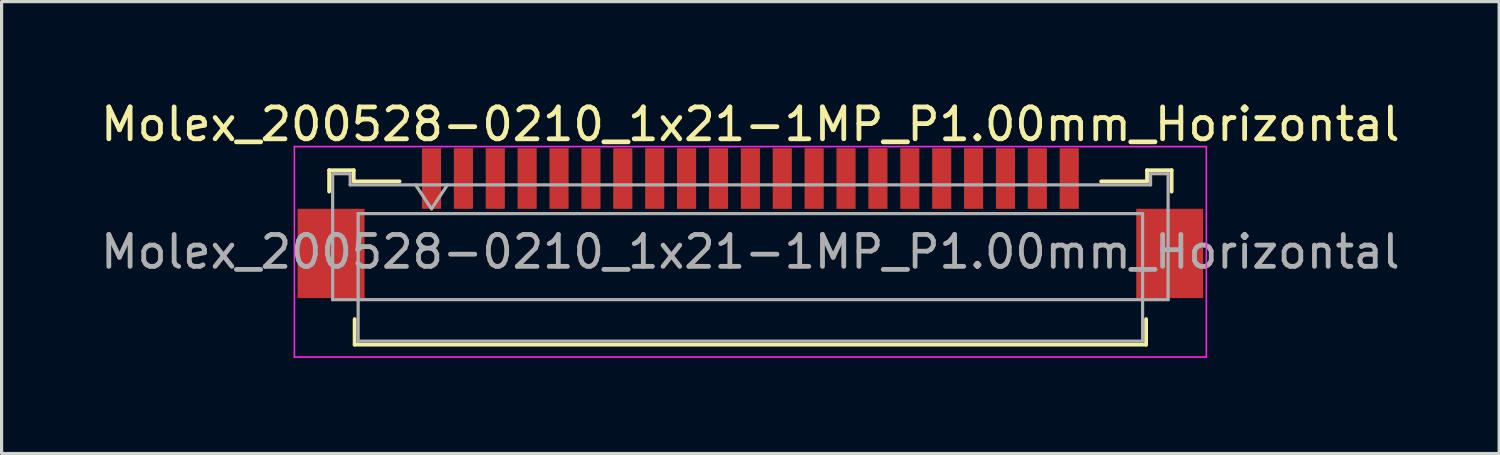
<source format=kicad_pcb>
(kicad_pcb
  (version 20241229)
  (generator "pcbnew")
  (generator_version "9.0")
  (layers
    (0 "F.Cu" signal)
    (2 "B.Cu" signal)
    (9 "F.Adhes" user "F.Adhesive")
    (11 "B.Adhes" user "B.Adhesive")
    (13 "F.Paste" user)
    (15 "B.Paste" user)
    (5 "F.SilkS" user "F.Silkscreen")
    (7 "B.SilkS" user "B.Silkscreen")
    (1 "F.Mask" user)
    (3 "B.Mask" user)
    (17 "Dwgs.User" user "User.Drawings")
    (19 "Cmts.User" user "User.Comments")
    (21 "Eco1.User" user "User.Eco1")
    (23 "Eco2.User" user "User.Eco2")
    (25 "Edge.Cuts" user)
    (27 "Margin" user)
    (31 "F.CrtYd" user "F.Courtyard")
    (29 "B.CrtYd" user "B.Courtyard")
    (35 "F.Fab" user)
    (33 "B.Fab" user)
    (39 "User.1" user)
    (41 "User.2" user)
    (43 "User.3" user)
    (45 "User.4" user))
  (footprint "Molex_200528-0210_1x21-1MP_P1.00mm_Horizontal"
    (layer "F.Cu")
    (at 20.482 3.458)
    (property "Reference" "Molex_200528-0210_1x21-1MP_P1.00mm_Horizontal" (at 0 -2.61 0) (layer "F.SilkS") (effects (font (size 1 1) (thickness 0.15))))
    (attr smd)
    (fp_line (start -13.21 -1.17) (end -13.21 -0.5) (stroke (width 0.12) (type solid)) (layer "F.SilkS"))
    (fp_line (start -12.44 -1.17) (end -13.21 -1.17) (stroke (width 0.12) (type solid)) (layer "F.SilkS"))
    (fp_line (start -12.44 -0.82) (end -12.44 -1.17) (stroke (width 0.12) (type solid)) (layer "F.SilkS"))
    (fp_line (start -12.41 3.5) (end -12.41 4.3) (stroke (width 0.12) (type solid)) (layer "F.SilkS"))
    (fp_line (start -12.41 4.3) (end 12.41 4.3) (stroke (width 0.12) (type solid)) (layer "F.SilkS"))
    (fp_line (start -11 -0.82) (end -12.44 -0.82) (stroke (width 0.12) (type solid)) (layer "F.SilkS"))
    (fp_line (start 12.41 4.3) (end 12.41 3.5) (stroke (width 0.12) (type solid)) (layer "F.SilkS"))
    (fp_line (start 12.44 -1.17) (end 12.44 -0.82) (stroke (width 0.12) (type solid)) (layer "F.SilkS"))
    (fp_line (start 12.44 -0.82) (end 11 -0.82) (stroke (width 0.12) (type solid)) (layer "F.SilkS"))
    (fp_line (start 13.21 -1.17) (end 12.44 -1.17) (stroke (width 0.12) (type solid)) (layer "F.SilkS"))
    (fp_line (start 13.21 -0.5) (end 13.21 -1.17) (stroke (width 0.12) (type solid)) (layer "F.SilkS"))
    (fp_line (start -14.3 -1.91) (end -14.3 4.69) (stroke (width 0.05) (type solid)) (layer "F.CrtYd"))
    (fp_line (start -14.3 4.69) (end 14.3 4.69) (stroke (width 0.05) (type solid)) (layer "F.CrtYd"))
    (fp_line (start 14.3 -1.91) (end -14.3 -1.91) (stroke (width 0.05) (type solid)) (layer "F.CrtYd"))
    (fp_line (start 14.3 4.69) (end 14.3 -1.91) (stroke (width 0.05) (type solid)) (layer "F.CrtYd"))
    (fp_line (start -13.1 -1.06) (end -13.1 2.89) (stroke (width 0.1) (type solid)) (layer "F.Fab"))
    (fp_line (start -13.1 2.89) (end 13.1 2.89) (stroke (width 0.1) (type solid)) (layer "F.Fab"))
    (fp_line (start -12.55 -1.06) (end -13.1 -1.06) (stroke (width 0.1) (type solid)) (layer "F.Fab"))
    (fp_line (start -12.55 -0.71) (end -12.55 -1.06) (stroke (width 0.1) (type solid)) (layer "F.Fab"))
    (fp_line (start -12.3 0.19) (end -12.3 4.19) (stroke (width 0.1) (type solid)) (layer "F.Fab"))
    (fp_line (start -12.3 4.19) (end 12.3 4.19) (stroke (width 0.1) (type solid)) (layer "F.Fab"))
    (fp_line (start -10.5 -0.71) (end -10 0.04) (stroke (width 0.1) (type solid)) (layer "F.Fab"))
    (fp_line (start -10 0.04) (end -9.5 -0.71) (stroke (width 0.1) (type solid)) (layer "F.Fab"))
    (fp_line (start 12.3 0.19) (end -12.3 0.19) (stroke (width 0.1) (type solid)) (layer "F.Fab"))
    (fp_line (start 12.3 4.19) (end 12.3 0.19) (stroke (width 0.1) (type solid)) (layer "F.Fab"))
    (fp_line (start 12.55 -1.06) (end 12.55 -0.71) (stroke (width 0.1) (type solid)) (layer "F.Fab"))
    (fp_line (start 12.55 -0.71) (end -12.55 -0.71) (stroke (width 0.1) (type solid)) (layer "F.Fab"))
    (fp_line (start 13.1 -1.06) (end 12.55 -1.06) (stroke (width 0.1) (type solid)) (layer "F.Fab"))
    (fp_line (start 13.1 2.89) (end 13.1 -1.06) (stroke (width 0.1) (type solid)) (layer "F.Fab"))
    (fp_text user "${REFERENCE}" (at 0 1.39 0) (layer "F.Fab") (effects (font (size 1 1) (thickness 0.15))))
    (pad "1" smd rect (at -10 -0.91) (size 0.6 1.9) (layers "F.Cu" "F.Mask" "F.Paste"))
    (pad "2" smd rect (at -9 -0.91) (size 0.6 1.9) (layers "F.Cu" "F.Mask" "F.Paste"))
    (pad "3" smd rect (at -8 -0.91) (size 0.6 1.9) (layers "F.Cu" "F.Mask" "F.Paste"))
    (pad "4" smd rect (at -7 -0.91) (size 0.6 1.9) (layers "F.Cu" "F.Mask" "F.Paste"))
    (pad "5" smd rect (at -6 -0.91) (size 0.6 1.9) (layers "F.Cu" "F.Mask" "F.Paste"))
    (pad "6" smd rect (at -5 -0.91) (size 0.6 1.9) (layers "F.Cu" "F.Mask" "F.Paste"))
    (pad "7" smd rect (at -4 -0.91) (size 0.6 1.9) (layers "F.Cu" "F.Mask" "F.Paste"))
    (pad "8" smd rect (at -3 -0.91) (size 0.6 1.9) (layers "F.Cu" "F.Mask" "F.Paste"))
    (pad "9" smd rect (at -2 -0.91) (size 0.6 1.9) (layers "F.Cu" "F.Mask" "F.Paste"))
    (pad "10" smd rect (at -1 -0.91) (size 0.6 1.9) (layers "F.Cu" "F.Mask" "F.Paste"))
    (pad "11" smd rect (at 0 -0.91) (size 0.6 1.9) (layers "F.Cu" "F.Mask" "F.Paste"))
    (pad "12" smd rect (at 1 -0.91) (size 0.6 1.9) (layers "F.Cu" "F.Mask" "F.Paste"))
    (pad "13" smd rect (at 2 -0.91) (size 0.6 1.9) (layers "F.Cu" "F.Mask" "F.Paste"))
    (pad "14" smd rect (at 3 -0.91) (size 0.6 1.9) (layers "F.Cu" "F.Mask" "F.Paste"))
    (pad "15" smd rect (at 4 -0.91) (size 0.6 1.9) (layers "F.Cu" "F.Mask" "F.Paste"))
    (pad "16" smd rect (at 5 -0.91) (size 0.6 1.9) (layers "F.Cu" "F.Mask" "F.Paste"))
    (pad "17" smd rect (at 6 -0.91) (size 0.6 1.9) (layers "F.Cu" "F.Mask" "F.Paste"))
    (pad "18" smd rect (at 7 -0.91) (size 0.6 1.9) (layers "F.Cu" "F.Mask" "F.Paste"))
    (pad "19" smd rect (at 8 -0.91) (size 0.6 1.9) (layers "F.Cu" "F.Mask" "F.Paste"))
    (pad "20" smd rect (at 9 -0.91) (size 0.6 1.9) (layers "F.Cu" "F.Mask" "F.Paste"))
    (pad "21" smd rect (at 10 -0.91) (size 0.6 1.9) (layers "F.Cu" "F.Mask" "F.Paste"))
    (pad "MP" smd rect (at -13.15 1.44) (size 2.1 2.8) (layers "F.Cu" "F.Mask" "F.Paste"))
    (pad "MP" smd rect (at 13.15 1.44) (size 2.1 2.8) (layers "F.Cu" "F.Mask" "F.Paste")))
  (gr_rect
    (start -3 -3)
    (end 43.964 11.173)
    (stroke (width 0.1) (type default))
    (fill no)
    (layer "Edge.Cuts")))
</source>
